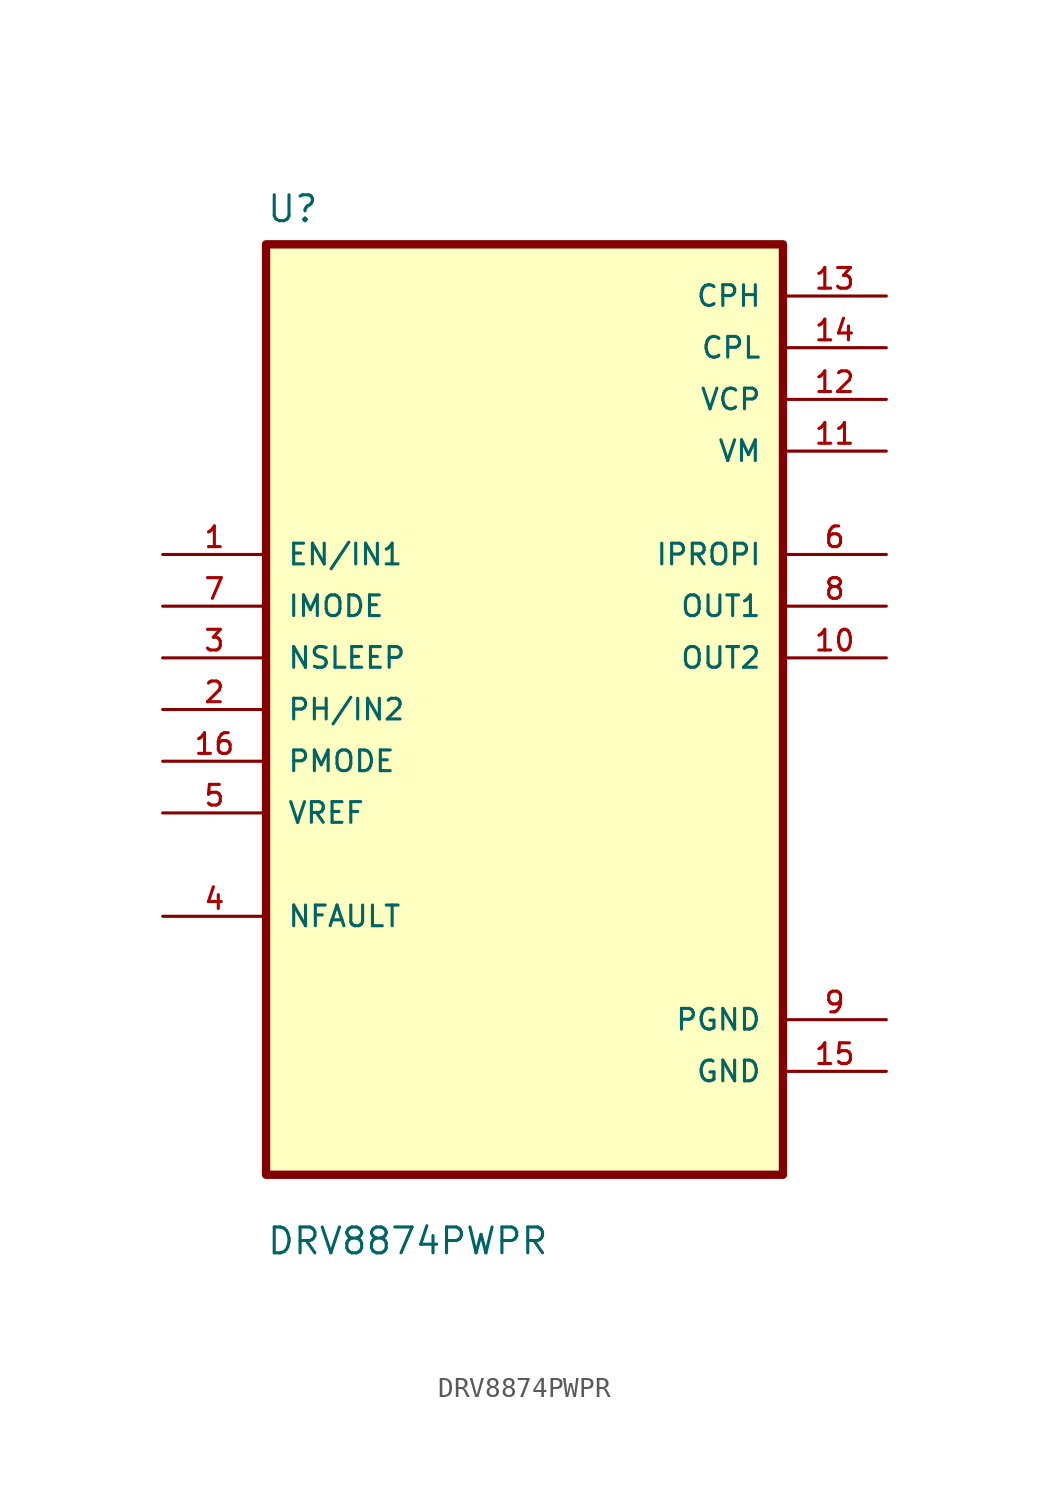
<source format=kicad_sym>
(kicad_symbol_lib
  (version 20211014)
  (generator kicad_symbol_editor)
  (symbol "DRV8874PWPR"
    (pin_names
      (offset 1.016))
    (property "Reference" "U"
      (at -12.7 23.86 0.0)
      (effects (font (size 1.27 1.27)) (justify bottom left)))
    (property "Value" "DRV8874PWPR"
      (at -12.7 -26.86 0.0)
      (effects (font (size 1.27 1.27)) (justify bottom left)))
    (symbol "DRV8874PWPR_0_0"
      (rectangle (start -12.7 -22.86) (end 12.7 22.86) (stroke (width 0.41)) (fill (type background)))
      (pin input line (at -17.78 7.62 0) (length 5.08) (name "EN/IN1" (effects (font (size 1.016 1.016)))) (number "1" (effects (font (size 1.016 1.016)))))
      (pin input line (at -17.78 5.08 0) (length 5.08) (name "IMODE" (effects (font (size 1.016 1.016)))) (number "7" (effects (font (size 1.016 1.016)))))
      (pin input line (at -17.78 2.54 0) (length 5.08) (name "NSLEEP" (effects (font (size 1.016 1.016)))) (number "3" (effects (font (size 1.016 1.016)))))
      (pin input line (at -17.78 8.88178e-16 0) (length 5.08) (name "PH/IN2" (effects (font (size 1.016 1.016)))) (number "2" (effects (font (size 1.016 1.016)))))
      (pin input line (at -17.78 -2.54 0) (length 5.08) (name "PMODE" (effects (font (size 1.016 1.016)))) (number "16" (effects (font (size 1.016 1.016)))))
      (pin input line (at -17.78 -5.08 0) (length 5.08) (name "VREF" (effects (font (size 1.016 1.016)))) (number "5" (effects (font (size 1.016 1.016)))))
      (pin bidirectional line (at -17.78 -10.16 0) (length 5.08) (name "NFAULT" (effects (font (size 1.016 1.016)))) (number "4" (effects (font (size 1.016 1.016)))))
      (pin power_in line (at 17.78 20.32 180.0) (length 5.08) (name "CPH" (effects (font (size 1.016 1.016)))) (number "13" (effects (font (size 1.016 1.016)))))
      (pin power_in line (at 17.78 17.78 180.0) (length 5.08) (name "CPL" (effects (font (size 1.016 1.016)))) (number "14" (effects (font (size 1.016 1.016)))))
      (pin power_in line (at 17.78 15.24 180.0) (length 5.08) (name "VCP" (effects (font (size 1.016 1.016)))) (number "12" (effects (font (size 1.016 1.016)))))
      (pin power_in line (at 17.78 12.7 180.0) (length 5.08) (name "VM" (effects (font (size 1.016 1.016)))) (number "11" (effects (font (size 1.016 1.016)))))
      (pin output line (at 17.78 7.62 180.0) (length 5.08) (name "IPROPI" (effects (font (size 1.016 1.016)))) (number "6" (effects (font (size 1.016 1.016)))))
      (pin output line (at 17.78 5.08 180.0) (length 5.08) (name "OUT1" (effects (font (size 1.016 1.016)))) (number "8" (effects (font (size 1.016 1.016)))))
      (pin output line (at 17.78 2.54 180.0) (length 5.08) (name "OUT2" (effects (font (size 1.016 1.016)))) (number "10" (effects (font (size 1.016 1.016)))))
      (pin power_in line (at 17.78 -15.24 180.0) (length 5.08) (name "PGND" (effects (font (size 1.016 1.016)))) (number "9" (effects (font (size 1.016 1.016)))))
      (pin power_in line (at 17.78 -17.78 180.0) (length 5.08) (name "GND" (effects (font (size 1.016 1.016)))) (number "15" (effects (font (size 1.016 1.016))))))))
</source>
